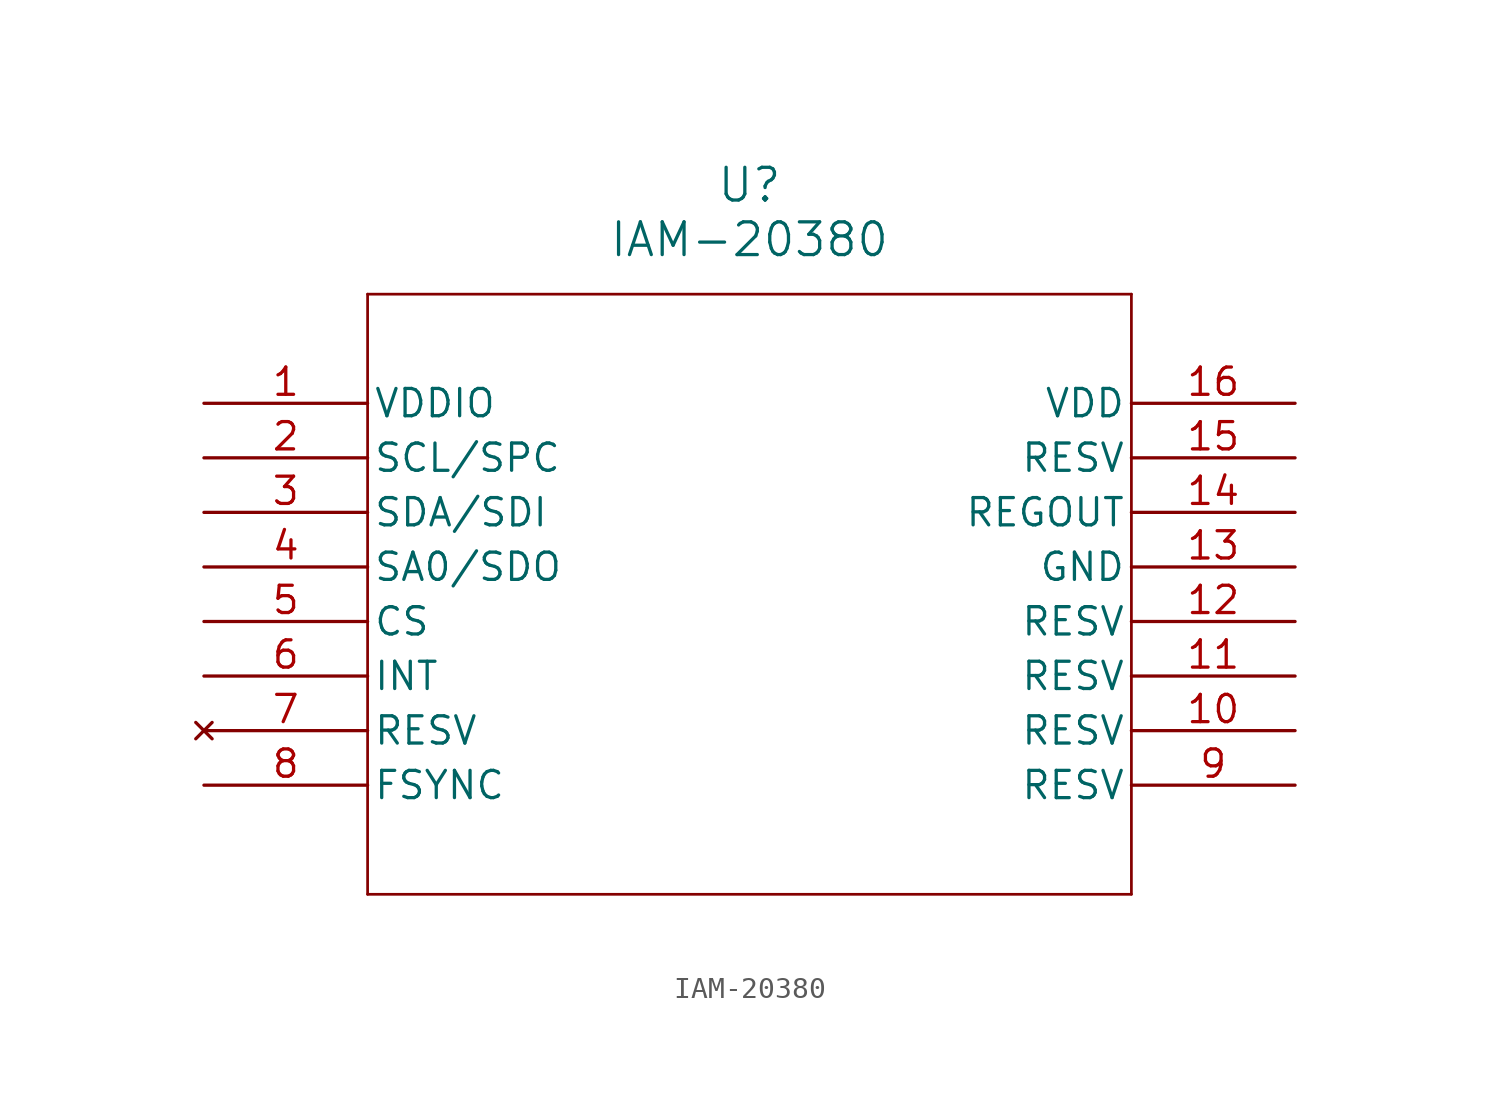
<source format=kicad_sym>
(kicad_symbol_lib
  (version 20241209)
  (generator "kicad_symbol_editor")
  (generator_version "9.0")
  (symbol "IAM-20380"
    (pin_names
      (offset 0.254))
    (property "Reference" "U"
      (at 25.4 10.16 0)
      (effects (font (size 1.524 1.524))))
    (property "Value" "IAM-20380"
      (at 25.4 7.62 0)
      (effects (font (size 1.524 1.524))))
    (symbol "IAM-20380_0_1"
      (polyline (pts (xy 7.62 5.08) (xy 7.62 -22.86)) (stroke (width 0.127) (type default)) (fill (type none)))
      (polyline (pts (xy 7.62 -22.86) (xy 43.18 -22.86)) (stroke (width 0.127) (type default)) (fill (type none)))
      (polyline (pts (xy 43.18 5.08) (xy 7.62 5.08)) (stroke (width 0.127) (type default)) (fill (type none)))
      (polyline (pts (xy 43.18 -22.86) (xy 43.18 5.08)) (stroke (width 0.127) (type default)) (fill (type none)))
      (pin power_in line (at 0 0 0) (length 7.62) (name "VDDIO" (effects (font (size 1.27 1.27)))) (number "1" (effects (font (size 1.27 1.27)))))
      (pin bidirectional line (at 0 -2.54 0) (length 7.62) (name "SCL/SPC" (effects (font (size 1.27 1.27)))) (number "2" (effects (font (size 1.27 1.27)))))
      (pin input line (at 0 -5.08 0) (length 7.62) (name "SDA/SDI" (effects (font (size 1.27 1.27)))) (number "3" (effects (font (size 1.27 1.27)))))
      (pin output line (at 0 -7.62 0) (length 7.62) (name "SA0/SDO" (effects (font (size 1.27 1.27)))) (number "4" (effects (font (size 1.27 1.27)))))
      (pin bidirectional line (at 0 -10.16 0) (length 7.62) (name "CS" (effects (font (size 1.27 1.27)))) (number "5" (effects (font (size 1.27 1.27)))))
      (pin output line (at 0 -12.7 0) (length 7.62) (name "INT" (effects (font (size 1.27 1.27)))) (number "6" (effects (font (size 1.27 1.27)))))
      (pin no_connect line (at 0 -15.24 0) (length 7.62) (name "RESV" (effects (font (size 1.27 1.27)))) (number "7" (effects (font (size 1.27 1.27)))))
      (pin input line (at 0 -17.78 0) (length 7.62) (name "FSYNC" (effects (font (size 1.27 1.27)))) (number "8" (effects (font (size 1.27 1.27)))))
      (pin power_in line (at 50.8 0 180) (length 7.62) (name "VDD" (effects (font (size 1.27 1.27)))) (number "16" (effects (font (size 1.27 1.27)))))
      (pin power_out line (at 50.8 -2.54 180) (length 7.62) (name "RESV" (effects (font (size 1.27 1.27)))) (number "15" (effects (font (size 1.27 1.27)))))
      (pin output line (at 50.8 -5.08 180) (length 7.62) (name "REGOUT" (effects (font (size 1.27 1.27)))) (number "14" (effects (font (size 1.27 1.27)))))
      (pin power_out line (at 50.8 -7.62 180) (length 7.62) (name "GND" (effects (font (size 1.27 1.27)))) (number "13" (effects (font (size 1.27 1.27)))))
      (pin power_out line (at 50.8 -10.16 180) (length 7.62) (name "RESV" (effects (font (size 1.27 1.27)))) (number "12" (effects (font (size 1.27 1.27)))))
      (pin power_out line (at 50.8 -12.7 180) (length 7.62) (name "RESV" (effects (font (size 1.27 1.27)))) (number "11" (effects (font (size 1.27 1.27)))))
      (pin power_out line (at 50.8 -15.24 180) (length 7.62) (name "RESV" (effects (font (size 1.27 1.27)))) (number "10" (effects (font (size 1.27 1.27)))))
      (pin power_out line (at 50.8 -17.78 180) (length 7.62) (name "RESV" (effects (font (size 1.27 1.27)))) (number "9" (effects (font (size 1.27 1.27))))))))
</source>
